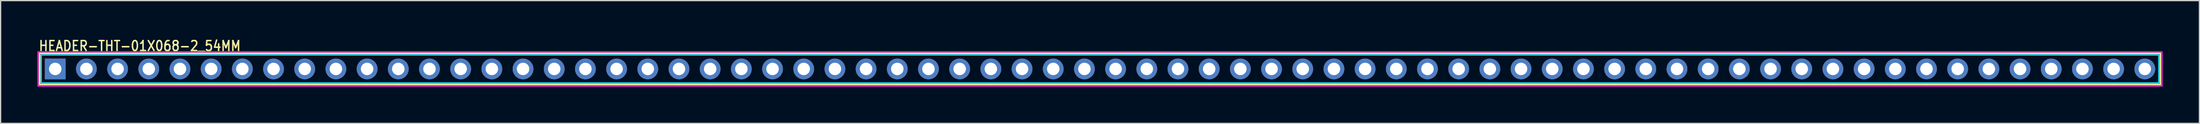
<source format=kicad_pcb>
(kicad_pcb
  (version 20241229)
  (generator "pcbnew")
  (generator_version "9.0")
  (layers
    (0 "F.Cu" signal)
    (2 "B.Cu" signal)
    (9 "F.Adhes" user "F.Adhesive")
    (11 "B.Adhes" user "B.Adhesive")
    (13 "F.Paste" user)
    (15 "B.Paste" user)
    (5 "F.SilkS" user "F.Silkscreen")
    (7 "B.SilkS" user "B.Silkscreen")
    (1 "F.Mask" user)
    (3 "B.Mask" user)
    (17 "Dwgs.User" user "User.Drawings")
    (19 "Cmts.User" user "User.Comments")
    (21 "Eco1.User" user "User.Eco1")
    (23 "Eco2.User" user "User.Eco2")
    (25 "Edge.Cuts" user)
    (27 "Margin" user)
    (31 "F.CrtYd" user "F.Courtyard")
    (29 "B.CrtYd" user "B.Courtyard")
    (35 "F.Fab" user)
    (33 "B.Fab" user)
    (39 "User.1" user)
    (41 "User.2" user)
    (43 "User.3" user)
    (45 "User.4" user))
  (footprint "HEADER-THT-01X068-2_54MM"
    (layer "F.Cu")
    (at 1.447 2.579)
    (property "Reference" "HEADER-THT-01X068-2_54MM" (at -1.4 -1.4 0) (unlocked yes) (layer "F.SilkS") (effects (font (size 0.813 0.695) (thickness 0.122)) (justify left bottom)))
    (fp_line (start -1.27 -1.27) (end -1.27 1.27) (stroke (width 0.127) (type solid)) (layer "F.SilkS"))
    (fp_line (start -1.27 1.27) (end 171.45 1.27) (stroke (width 0.127) (type solid)) (layer "F.SilkS"))
    (fp_line (start 171.45 -1.27) (end -1.27 -1.27) (stroke (width 0.127) (type solid)) (layer "F.SilkS"))
    (fp_line (start 171.45 1.27) (end 171.45 -1.27) (stroke (width 0.127) (type solid)) (layer "F.SilkS"))
    (fp_poly (pts (xy -1.143 -1.143) (xy 171.323 -1.143) (xy 171.323 1.143) (xy -1.143 1.143)) (stroke (width 0.1) (type solid)) (fill no) (layer "B.CrtYd"))
    (fp_poly (pts (xy -1.397 -1.397) (xy 171.577 -1.397) (xy 171.577 1.397) (xy -1.397 1.397)) (stroke (width 0.1) (type solid)) (fill no) (layer "F.CrtYd"))
    (pad "1" thru_hole rect (at 0 0) (size 1.693 1.693) (drill 1.016) (layers "*.Cu" "*.Mask"))
    (pad "2" thru_hole oval (at 2.54 0) (size 1.693 1.693) (drill 1.016) (layers "*.Cu" "*.Mask"))
    (pad "3" thru_hole oval (at 5.08 0) (size 1.693 1.693) (drill 1.016) (layers "*.Cu" "*.Mask"))
    (pad "4" thru_hole oval (at 7.62 0) (size 1.693 1.693) (drill 1.016) (layers "*.Cu" "*.Mask"))
    (pad "5" thru_hole oval (at 10.16 0) (size 1.693 1.693) (drill 1.016) (layers "*.Cu" "*.Mask"))
    (pad "6" thru_hole oval (at 12.7 0) (size 1.693 1.693) (drill 1.016) (layers "*.Cu" "*.Mask"))
    (pad "7" thru_hole oval (at 15.24 0) (size 1.693 1.693) (drill 1.016) (layers "*.Cu" "*.Mask"))
    (pad "8" thru_hole oval (at 17.78 0) (size 1.693 1.693) (drill 1.016) (layers "*.Cu" "*.Mask"))
    (pad "9" thru_hole oval (at 20.32 0) (size 1.693 1.693) (drill 1.016) (layers "*.Cu" "*.Mask"))
    (pad "10" thru_hole oval (at 22.86 0) (size 1.693 1.693) (drill 1.016) (layers "*.Cu" "*.Mask"))
    (pad "11" thru_hole oval (at 25.4 0) (size 1.693 1.693) (drill 1.016) (layers "*.Cu" "*.Mask"))
    (pad "12" thru_hole oval (at 27.94 0) (size 1.693 1.693) (drill 1.016) (layers "*.Cu" "*.Mask"))
    (pad "13" thru_hole oval (at 30.48 0) (size 1.693 1.693) (drill 1.016) (layers "*.Cu" "*.Mask"))
    (pad "14" thru_hole oval (at 33.02 0) (size 1.693 1.693) (drill 1.016) (layers "*.Cu" "*.Mask"))
    (pad "15" thru_hole oval (at 35.56 0) (size 1.693 1.693) (drill 1.016) (layers "*.Cu" "*.Mask"))
    (pad "16" thru_hole oval (at 38.1 0) (size 1.693 1.693) (drill 1.016) (layers "*.Cu" "*.Mask"))
    (pad "17" thru_hole oval (at 40.64 0) (size 1.693 1.693) (drill 1.016) (layers "*.Cu" "*.Mask"))
    (pad "18" thru_hole oval (at 43.18 0) (size 1.693 1.693) (drill 1.016) (layers "*.Cu" "*.Mask"))
    (pad "19" thru_hole oval (at 45.72 0) (size 1.693 1.693) (drill 1.016) (layers "*.Cu" "*.Mask"))
    (pad "20" thru_hole oval (at 48.26 0) (size 1.693 1.693) (drill 1.016) (layers "*.Cu" "*.Mask"))
    (pad "21" thru_hole oval (at 50.8 0) (size 1.693 1.693) (drill 1.016) (layers "*.Cu" "*.Mask"))
    (pad "22" thru_hole oval (at 53.34 0) (size 1.693 1.693) (drill 1.016) (layers "*.Cu" "*.Mask"))
    (pad "23" thru_hole oval (at 55.88 0) (size 1.693 1.693) (drill 1.016) (layers "*.Cu" "*.Mask"))
    (pad "24" thru_hole oval (at 58.42 0) (size 1.693 1.693) (drill 1.016) (layers "*.Cu" "*.Mask"))
    (pad "25" thru_hole oval (at 60.96 0) (size 1.693 1.693) (drill 1.016) (layers "*.Cu" "*.Mask"))
    (pad "26" thru_hole oval (at 63.5 0) (size 1.693 1.693) (drill 1.016) (layers "*.Cu" "*.Mask"))
    (pad "27" thru_hole oval (at 66.04 0) (size 1.693 1.693) (drill 1.016) (layers "*.Cu" "*.Mask"))
    (pad "28" thru_hole oval (at 68.58 0) (size 1.693 1.693) (drill 1.016) (layers "*.Cu" "*.Mask"))
    (pad "29" thru_hole oval (at 71.12 0) (size 1.693 1.693) (drill 1.016) (layers "*.Cu" "*.Mask"))
    (pad "30" thru_hole oval (at 73.66 0) (size 1.693 1.693) (drill 1.016) (layers "*.Cu" "*.Mask"))
    (pad "31" thru_hole oval (at 76.2 0) (size 1.693 1.693) (drill 1.016) (layers "*.Cu" "*.Mask"))
    (pad "32" thru_hole oval (at 78.74 0) (size 1.693 1.693) (drill 1.016) (layers "*.Cu" "*.Mask"))
    (pad "33" thru_hole oval (at 81.28 0) (size 1.693 1.693) (drill 1.016) (layers "*.Cu" "*.Mask"))
    (pad "34" thru_hole oval (at 83.82 0) (size 1.693 1.693) (drill 1.016) (layers "*.Cu" "*.Mask"))
    (pad "35" thru_hole oval (at 86.36 0) (size 1.693 1.693) (drill 1.016) (layers "*.Cu" "*.Mask"))
    (pad "36" thru_hole oval (at 88.9 0) (size 1.693 1.693) (drill 1.016) (layers "*.Cu" "*.Mask"))
    (pad "37" thru_hole oval (at 91.44 0) (size 1.693 1.693) (drill 1.016) (layers "*.Cu" "*.Mask"))
    (pad "38" thru_hole oval (at 93.98 0) (size 1.693 1.693) (drill 1.016) (layers "*.Cu" "*.Mask"))
    (pad "39" thru_hole oval (at 96.52 0) (size 1.693 1.693) (drill 1.016) (layers "*.Cu" "*.Mask"))
    (pad "40" thru_hole oval (at 99.06 0) (size 1.693 1.693) (drill 1.016) (layers "*.Cu" "*.Mask"))
    (pad "41" thru_hole oval (at 101.6 0) (size 1.693 1.693) (drill 1.016) (layers "*.Cu" "*.Mask"))
    (pad "42" thru_hole oval (at 104.14 0) (size 1.693 1.693) (drill 1.016) (layers "*.Cu" "*.Mask"))
    (pad "43" thru_hole oval (at 106.68 0) (size 1.693 1.693) (drill 1.016) (layers "*.Cu" "*.Mask"))
    (pad "44" thru_hole oval (at 109.22 0) (size 1.693 1.693) (drill 1.016) (layers "*.Cu" "*.Mask"))
    (pad "45" thru_hole oval (at 111.76 0) (size 1.693 1.693) (drill 1.016) (layers "*.Cu" "*.Mask"))
    (pad "46" thru_hole oval (at 114.3 0) (size 1.693 1.693) (drill 1.016) (layers "*.Cu" "*.Mask"))
    (pad "47" thru_hole oval (at 116.84 0) (size 1.693 1.693) (drill 1.016) (layers "*.Cu" "*.Mask"))
    (pad "48" thru_hole oval (at 119.38 0) (size 1.693 1.693) (drill 1.016) (layers "*.Cu" "*.Mask"))
    (pad "49" thru_hole oval (at 121.92 0) (size 1.693 1.693) (drill 1.016) (layers "*.Cu" "*.Mask"))
    (pad "50" thru_hole oval (at 124.46 0) (size 1.693 1.693) (drill 1.016) (layers "*.Cu" "*.Mask"))
    (pad "51" thru_hole oval (at 127 0) (size 1.693 1.693) (drill 1.016) (layers "*.Cu" "*.Mask"))
    (pad "52" thru_hole oval (at 129.54 0) (size 1.693 1.693) (drill 1.016) (layers "*.Cu" "*.Mask"))
    (pad "53" thru_hole oval (at 132.08 0) (size 1.693 1.693) (drill 1.016) (layers "*.Cu" "*.Mask"))
    (pad "54" thru_hole oval (at 134.62 0) (size 1.693 1.693) (drill 1.016) (layers "*.Cu" "*.Mask"))
    (pad "55" thru_hole oval (at 137.16 0) (size 1.693 1.693) (drill 1.016) (layers "*.Cu" "*.Mask"))
    (pad "56" thru_hole oval (at 139.7 0) (size 1.693 1.693) (drill 1.016) (layers "*.Cu" "*.Mask"))
    (pad "57" thru_hole oval (at 142.24 0) (size 1.693 1.693) (drill 1.016) (layers "*.Cu" "*.Mask"))
    (pad "58" thru_hole oval (at 144.78 0) (size 1.693 1.693) (drill 1.016) (layers "*.Cu" "*.Mask"))
    (pad "59" thru_hole oval (at 147.32 0) (size 1.693 1.693) (drill 1.016) (layers "*.Cu" "*.Mask"))
    (pad "60" thru_hole oval (at 149.86 0) (size 1.693 1.693) (drill 1.016) (layers "*.Cu" "*.Mask"))
    (pad "61" thru_hole oval (at 152.4 0) (size 1.693 1.693) (drill 1.016) (layers "*.Cu" "*.Mask"))
    (pad "62" thru_hole oval (at 154.94 0) (size 1.693 1.693) (drill 1.016) (layers "*.Cu" "*.Mask"))
    (pad "63" thru_hole oval (at 157.48 0) (size 1.693 1.693) (drill 1.016) (layers "*.Cu" "*.Mask"))
    (pad "64" thru_hole oval (at 160.02 0) (size 1.693 1.693) (drill 1.016) (layers "*.Cu" "*.Mask"))
    (pad "65" thru_hole oval (at 162.56 0) (size 1.693 1.693) (drill 1.016) (layers "*.Cu" "*.Mask"))
    (pad "66" thru_hole oval (at 165.1 0) (size 1.693 1.693) (drill 1.016) (layers "*.Cu" "*.Mask"))
    (pad "67" thru_hole oval (at 167.64 0) (size 1.693 1.693) (drill 1.016) (layers "*.Cu" "*.Mask"))
    (pad "68" thru_hole oval (at 170.18 0) (size 1.693 1.693) (drill 1.016) (layers "*.Cu" "*.Mask")))
  (gr_rect
    (start -3 -3)
    (end 176.074 7.026)
    (stroke (width 0.1) (type default))
    (fill no)
    (layer "Edge.Cuts")))
</source>
